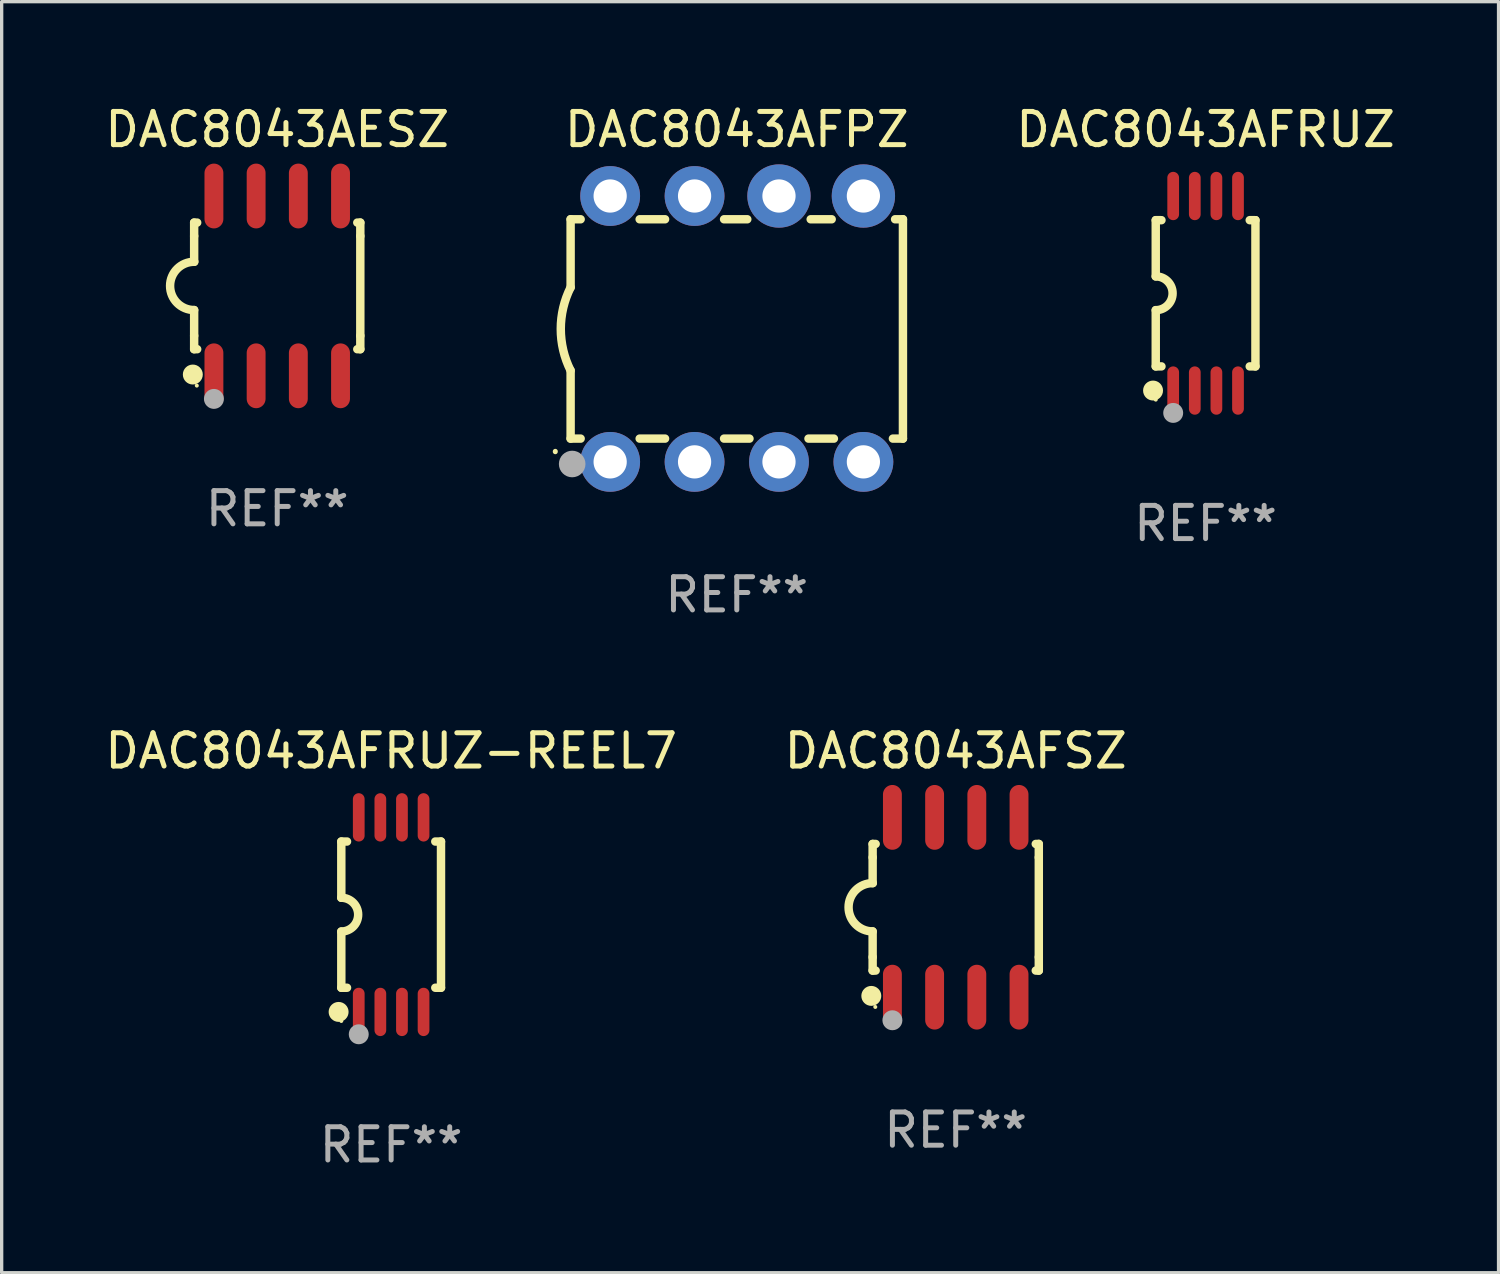
<source format=kicad_pcb>
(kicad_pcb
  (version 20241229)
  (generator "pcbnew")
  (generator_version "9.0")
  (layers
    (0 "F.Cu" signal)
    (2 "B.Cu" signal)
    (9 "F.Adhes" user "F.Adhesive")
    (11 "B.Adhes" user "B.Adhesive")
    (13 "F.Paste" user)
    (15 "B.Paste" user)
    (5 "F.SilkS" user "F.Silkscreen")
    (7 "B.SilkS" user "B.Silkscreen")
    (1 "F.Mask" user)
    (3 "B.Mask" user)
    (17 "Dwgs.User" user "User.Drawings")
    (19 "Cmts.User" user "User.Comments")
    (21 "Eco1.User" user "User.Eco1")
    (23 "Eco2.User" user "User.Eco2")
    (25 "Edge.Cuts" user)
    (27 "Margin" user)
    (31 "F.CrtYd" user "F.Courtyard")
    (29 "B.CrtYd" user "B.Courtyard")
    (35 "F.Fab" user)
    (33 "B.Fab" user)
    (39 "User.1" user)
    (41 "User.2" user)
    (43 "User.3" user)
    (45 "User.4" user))
  (footprint "DAC8043AFPZ"
    (layer "F.Cu")
    (at 19.12 6.848)
    (property "Reference" "DAC8043AFPZ" (at 0 -6 0) (layer "F.SilkS") (effects (font (size 1 1) (thickness 0.15))))
    (attr through_hole)
    (fp_line (start -5 -3.3) (end -5 -1.25) (stroke (width 0.254) (type solid)) (layer "F.SilkS"))
    (fp_line (start -5 -3.3) (end -4.698 -3.3) (stroke (width 0.254) (type solid)) (layer "F.SilkS"))
    (fp_line (start -5 3.3) (end -5 1.25) (stroke (width 0.254) (type solid)) (layer "F.SilkS"))
    (fp_line (start -5 3.3) (end -4.698 3.3) (stroke (width 0.254) (type solid)) (layer "F.SilkS"))
    (fp_line (start -2.922 -3.3) (end -2.158 -3.3) (stroke (width 0.254) (type solid)) (layer "F.SilkS"))
    (fp_line (start -2.922 3.3) (end -2.158 3.3) (stroke (width 0.254) (type solid)) (layer "F.SilkS"))
    (fp_line (start -0.382 -3.3) (end 0.316 -3.3) (stroke (width 0.254) (type solid)) (layer "F.SilkS"))
    (fp_line (start -0.382 3.3) (end 0.382 3.3) (stroke (width 0.254) (type solid)) (layer "F.SilkS"))
    (fp_line (start 2.158 3.3) (end 2.922 3.3) (stroke (width 0.254) (type solid)) (layer "F.SilkS"))
    (fp_line (start 2.224 -3.3) (end 2.856 -3.3) (stroke (width 0.254) (type solid)) (layer "F.SilkS"))
    (fp_line (start 4.698 3.3) (end 5 3.3) (stroke (width 0.254) (type solid)) (layer "F.SilkS"))
    (fp_line (start 4.764 -3.3) (end 5 -3.3) (stroke (width 0.254) (type solid)) (layer "F.SilkS"))
    (fp_line (start 5 -3.3) (end 5 3.3) (stroke (width 0.254) (type solid)) (layer "F.SilkS"))
    (fp_arc (start -5.46124 3.694259) (mid -5.461175 3.688632) (end -5.460986 3.683007) (stroke (width 0.149987) (type solid)) (layer "F.SilkS"))
    (fp_arc (start -5.00127 1.249682) (mid -5.295892 -0.000313) (end -5.000025 -1.250013) (stroke (width 0.254001) (type solid)) (layer "F.SilkS"))
    (fp_circle (center -4.795 4.237) (end -4.765 4.237) (stroke (width 0.06) (type solid)) (fill no) (layer "F.SilkS"))
    (fp_circle (center -4.953 4.064) (end -4.753 4.064) (stroke (width 0.4) (type solid)) (fill no) (layer "F.Fab"))
    (fp_text user "REF**" (at 0 8 0) (layer "F.Fab") (effects (font (size 1 1) (thickness 0.15))))
    (pad "1" thru_hole circle (at -3.81 4) (size 1.8 1.8) (drill 1) (layers "*.Cu" "*.Mask"))
    (pad "2" thru_hole circle (at -1.27 4) (size 1.8 1.8) (drill 1) (layers "*.Cu" "*.Mask"))
    (pad "3" thru_hole circle (at 1.27 4) (size 1.8 1.8) (drill 1) (layers "*.Cu" "*.Mask"))
    (pad "4" thru_hole circle (at 3.81 4) (size 1.8 1.8) (drill 1) (layers "*.Cu" "*.Mask"))
    (pad "5" thru_hole circle (at 3.81 -4) (size 1.905 1.905) (drill 1) (layers "*.Cu" "*.Mask"))
    (pad "6" thru_hole circle (at 1.27 -4) (size 1.905 1.905) (drill 1) (layers "*.Cu" "*.Mask"))
    (pad "7" thru_hole circle (at -1.27 -4) (size 1.8 1.8) (drill 1) (layers "*.Cu" "*.Mask"))
    (pad "8" thru_hole circle (at -3.81 -4) (size 1.8 1.8) (drill 1) (layers "*.Cu" "*.Mask")))
  (footprint "DAC8043AFRUZ"
    (layer "F.Cu")
    (at 33.227 5.775)
    (property "Reference" "DAC8043AFRUZ" (at 0 -4.927 0) (layer "F.SilkS") (effects (font (size 1 1) (thickness 0.15))))
    (attr through_hole)
    (fp_line (start -1.5 -2.2) (end -1.5 -0.508) (stroke (width 0.254) (type solid)) (layer "F.SilkS"))
    (fp_line (start -1.5 -2.2) (end -1.328 -2.2) (stroke (width 0.254) (type solid)) (layer "F.SilkS"))
    (fp_line (start -1.5 2.2) (end -1.5 0.508) (stroke (width 0.254) (type solid)) (layer "F.SilkS"))
    (fp_line (start -1.5 2.2) (end -1.328 2.2) (stroke (width 0.254) (type solid)) (layer "F.SilkS"))
    (fp_line (start 1.328 -2.2) (end 1.5 -2.2) (stroke (width 0.254) (type solid)) (layer "F.SilkS"))
    (fp_line (start 1.328 2.2) (end 1.5 2.2) (stroke (width 0.254) (type solid)) (layer "F.SilkS"))
    (fp_line (start 1.5 -2.2) (end 1.5 2.2) (stroke (width 0.254) (type solid)) (layer "F.SilkS"))
    (fp_arc (start -1.501144 -0.508) (mid -0.993143 -0.000571) (end -1.5 0.508001) (stroke (width 0.254001) (type solid)) (layer "F.SilkS"))
    (fp_circle (center -1.581 2.927) (end -1.431 2.927) (stroke (width 0.3) (type solid)) (fill no) (layer "F.SilkS"))
    (fp_circle (center -1.5 3.2) (end -1.47 3.2) (stroke (width 0.06) (type solid)) (fill no) (layer "F.SilkS"))
    (fp_circle (center -0.975 3.6) (end -0.825 3.6) (stroke (width 0.3) (type solid)) (fill no) (layer "F.Fab"))
    (fp_text user "REF**" (at 0 6.927 0) (layer "F.Fab") (effects (font (size 1 1) (thickness 0.15))))
    (pad "1" smd oval (at -0.975 2.927) (size 0.353 1.454) (layers "F.Cu" "F.Mask" "F.Paste"))
    (pad "2" smd oval (at -0.325 2.927) (size 0.353 1.454) (layers "F.Cu" "F.Mask" "F.Paste"))
    (pad "3" smd oval (at 0.325 2.927) (size 0.353 1.454) (layers "F.Cu" "F.Mask" "F.Paste"))
    (pad "4" smd oval (at 0.975 2.927) (size 0.353 1.454) (layers "F.Cu" "F.Mask" "F.Paste"))
    (pad "5" smd oval (at 0.975 -2.927) (size 0.353 1.454) (layers "F.Cu" "F.Mask" "F.Paste"))
    (pad "6" smd oval (at 0.325 -2.927) (size 0.353 1.454) (layers "F.Cu" "F.Mask" "F.Paste"))
    (pad "7" smd oval (at -0.325 -2.927) (size 0.353 1.454) (layers "F.Cu" "F.Mask" "F.Paste"))
    (pad "8" smd oval (at -0.975 -2.927) (size 0.353 1.454) (layers "F.Cu" "F.Mask" "F.Paste")))
  (footprint "DAC8043AFRUZ-REEL7"
    (layer "F.Cu")
    (at 8.72 24.472)
    (property "Reference" "DAC8043AFRUZ-REEL7" (at 0 -4.927 0) (layer "F.SilkS") (effects (font (size 1 1) (thickness 0.15))))
    (attr through_hole)
    (fp_line (start -1.5 -2.2) (end -1.5 -0.508) (stroke (width 0.254) (type solid)) (layer "F.SilkS"))
    (fp_line (start -1.5 -2.2) (end -1.328 -2.2) (stroke (width 0.254) (type solid)) (layer "F.SilkS"))
    (fp_line (start -1.5 2.2) (end -1.5 0.508) (stroke (width 0.254) (type solid)) (layer "F.SilkS"))
    (fp_line (start -1.5 2.2) (end -1.328 2.2) (stroke (width 0.254) (type solid)) (layer "F.SilkS"))
    (fp_line (start 1.328 -2.2) (end 1.5 -2.2) (stroke (width 0.254) (type solid)) (layer "F.SilkS"))
    (fp_line (start 1.328 2.2) (end 1.5 2.2) (stroke (width 0.254) (type solid)) (layer "F.SilkS"))
    (fp_line (start 1.5 -2.2) (end 1.5 2.2) (stroke (width 0.254) (type solid)) (layer "F.SilkS"))
    (fp_arc (start -1.501144 -0.508) (mid -0.993143 -0.000571) (end -1.5 0.508001) (stroke (width 0.254001) (type solid)) (layer "F.SilkS"))
    (fp_circle (center -1.581 2.927) (end -1.431 2.927) (stroke (width 0.3) (type solid)) (fill no) (layer "F.SilkS"))
    (fp_circle (center -1.5 3.2) (end -1.47 3.2) (stroke (width 0.06) (type solid)) (fill no) (layer "F.SilkS"))
    (fp_circle (center -0.975 3.6) (end -0.825 3.6) (stroke (width 0.3) (type solid)) (fill no) (layer "F.Fab"))
    (fp_text user "REF**" (at 0 6.927 0) (layer "F.Fab") (effects (font (size 1 1) (thickness 0.15))))
    (pad "1" smd oval (at -0.975 2.927) (size 0.353 1.454) (layers "F.Cu" "F.Mask" "F.Paste"))
    (pad "2" smd oval (at -0.325 2.927) (size 0.353 1.454) (layers "F.Cu" "F.Mask" "F.Paste"))
    (pad "3" smd oval (at 0.325 2.927) (size 0.353 1.454) (layers "F.Cu" "F.Mask" "F.Paste"))
    (pad "4" smd oval (at 0.975 2.927) (size 0.353 1.454) (layers "F.Cu" "F.Mask" "F.Paste"))
    (pad "5" smd oval (at 0.975 -2.927) (size 0.353 1.454) (layers "F.Cu" "F.Mask" "F.Paste"))
    (pad "6" smd oval (at 0.325 -2.927) (size 0.353 1.454) (layers "F.Cu" "F.Mask" "F.Paste"))
    (pad "7" smd oval (at -0.325 -2.927) (size 0.353 1.454) (layers "F.Cu" "F.Mask" "F.Paste"))
    (pad "8" smd oval (at -0.975 -2.927) (size 0.353 1.454) (layers "F.Cu" "F.Mask" "F.Paste")))
  (footprint "DAC8043AESZ"
    (layer "F.Cu")
    (at 5.292 5.553)
    (property "Reference" "DAC8043AESZ" (at 0 -4.705 0) (layer "F.SilkS") (effects (font (size 1 1) (thickness 0.15))))
    (attr through_hole)
    (fp_line (start -2.5 -1.905) (end -2.409 -1.905) (stroke (width 0.254) (type solid)) (layer "F.SilkS"))
    (fp_line (start -2.5 -1.5) (end -2.5 -1.905) (stroke (width 0.254) (type solid)) (layer "F.SilkS"))
    (fp_line (start -2.5 -1.5) (end -2.5 -0.726) (stroke (width 0.254) (type solid)) (layer "F.SilkS"))
    (fp_line (start -2.5 1.5) (end -2.5 0.727) (stroke (width 0.254) (type solid)) (layer "F.SilkS"))
    (fp_line (start -2.5 1.5) (end -2.5 1.905) (stroke (width 0.254) (type solid)) (layer "F.SilkS"))
    (fp_line (start -2.5 1.905) (end -2.409 1.905) (stroke (width 0.254) (type solid)) (layer "F.SilkS"))
    (fp_line (start 2.5 -1.905) (end 2.409 -1.905) (stroke (width 0.254) (type solid)) (layer "F.SilkS"))
    (fp_line (start 2.5 -1.5) (end 2.5 -1.905) (stroke (width 0.254) (type solid)) (layer "F.SilkS"))
    (fp_line (start 2.5 -1.5) (end 2.5 1.5) (stroke (width 0.254) (type solid)) (layer "F.SilkS"))
    (fp_line (start 2.5 1.5) (end 2.5 1.905) (stroke (width 0.254) (type solid)) (layer "F.SilkS"))
    (fp_line (start 2.5 1.905) (end 2.409 1.905) (stroke (width 0.254) (type solid)) (layer "F.SilkS"))
    (fp_arc (start -2.5 0.726568) (mid -3.220316 -0.0023) (end -2.495097 -0.726289) (stroke (width 0.254001) (type solid)) (layer "F.SilkS"))
    (fp_circle (center -2.54 2.667) (end -2.39 2.667) (stroke (width 0.3) (type solid)) (fill no) (layer "F.SilkS"))
    (fp_circle (center -2.42 3) (end -2.39 3) (stroke (width 0.06) (type solid)) (fill no) (layer "F.SilkS"))
    (fp_circle (center -1.905 3.4) (end -1.755 3.4) (stroke (width 0.3) (type solid)) (fill no) (layer "F.Fab"))
    (fp_text user "REF**" (at 0 6.705 0) (layer "F.Fab") (effects (font (size 1 1) (thickness 0.15))))
    (pad "1" smd oval (at -1.905 2.705) (size 0.568 1.95) (layers "F.Cu" "F.Mask" "F.Paste"))
    (pad "2" smd oval (at -0.635 2.705) (size 0.568 1.95) (layers "F.Cu" "F.Mask" "F.Paste"))
    (pad "3" smd oval (at 0.635 2.705) (size 0.568 1.95) (layers "F.Cu" "F.Mask" "F.Paste"))
    (pad "4" smd oval (at 1.905 2.705) (size 0.568 1.95) (layers "F.Cu" "F.Mask" "F.Paste"))
    (pad "5" smd oval (at 1.905 -2.705) (size 0.568 1.95) (layers "F.Cu" "F.Mask" "F.Paste"))
    (pad "6" smd oval (at 0.635 -2.705) (size 0.568 1.95) (layers "F.Cu" "F.Mask" "F.Paste"))
    (pad "7" smd oval (at -0.635 -2.705) (size 0.568 1.95) (layers "F.Cu" "F.Mask" "F.Paste"))
    (pad "8" smd oval (at -1.905 -2.705) (size 0.568 1.95) (layers "F.Cu" "F.Mask" "F.Paste")))
  (footprint "DAC8043AFSZ"
    (layer "F.Cu")
    (at 25.708 24.25)
    (property "Reference" "DAC8043AFSZ" (at 0 -4.705 0) (layer "F.SilkS") (effects (font (size 1 1) (thickness 0.15))))
    (attr through_hole)
    (fp_line (start -2.5 -1.905) (end -2.409 -1.905) (stroke (width 0.254) (type solid)) (layer "F.SilkS"))
    (fp_line (start -2.5 -1.5) (end -2.5 -1.905) (stroke (width 0.254) (type solid)) (layer "F.SilkS"))
    (fp_line (start -2.5 -1.5) (end -2.5 -0.726) (stroke (width 0.254) (type solid)) (layer "F.SilkS"))
    (fp_line (start -2.5 1.5) (end -2.5 0.727) (stroke (width 0.254) (type solid)) (layer "F.SilkS"))
    (fp_line (start -2.5 1.5) (end -2.5 1.905) (stroke (width 0.254) (type solid)) (layer "F.SilkS"))
    (fp_line (start -2.5 1.905) (end -2.409 1.905) (stroke (width 0.254) (type solid)) (layer "F.SilkS"))
    (fp_line (start 2.5 -1.905) (end 2.409 -1.905) (stroke (width 0.254) (type solid)) (layer "F.SilkS"))
    (fp_line (start 2.5 -1.5) (end 2.5 -1.905) (stroke (width 0.254) (type solid)) (layer "F.SilkS"))
    (fp_line (start 2.5 -1.5) (end 2.5 1.5) (stroke (width 0.254) (type solid)) (layer "F.SilkS"))
    (fp_line (start 2.5 1.5) (end 2.5 1.905) (stroke (width 0.254) (type solid)) (layer "F.SilkS"))
    (fp_line (start 2.5 1.905) (end 2.409 1.905) (stroke (width 0.254) (type solid)) (layer "F.SilkS"))
    (fp_arc (start -2.5 0.726568) (mid -3.220316 -0.0023) (end -2.495097 -0.726289) (stroke (width 0.254001) (type solid)) (layer "F.SilkS"))
    (fp_circle (center -2.54 2.667) (end -2.39 2.667) (stroke (width 0.3) (type solid)) (fill no) (layer "F.SilkS"))
    (fp_circle (center -2.42 3) (end -2.39 3) (stroke (width 0.06) (type solid)) (fill no) (layer "F.SilkS"))
    (fp_circle (center -1.905 3.4) (end -1.755 3.4) (stroke (width 0.3) (type solid)) (fill no) (layer "F.Fab"))
    (fp_text user "REF**" (at 0 6.705 0) (layer "F.Fab") (effects (font (size 1 1) (thickness 0.15))))
    (pad "1" smd oval (at -1.905 2.705) (size 0.568 1.95) (layers "F.Cu" "F.Mask" "F.Paste"))
    (pad "2" smd oval (at -0.635 2.705) (size 0.568 1.95) (layers "F.Cu" "F.Mask" "F.Paste"))
    (pad "3" smd oval (at 0.635 2.705) (size 0.568 1.95) (layers "F.Cu" "F.Mask" "F.Paste"))
    (pad "4" smd oval (at 1.905 2.705) (size 0.568 1.95) (layers "F.Cu" "F.Mask" "F.Paste"))
    (pad "5" smd oval (at 1.905 -2.705) (size 0.568 1.95) (layers "F.Cu" "F.Mask" "F.Paste"))
    (pad "6" smd oval (at 0.635 -2.705) (size 0.568 1.95) (layers "F.Cu" "F.Mask" "F.Paste"))
    (pad "7" smd oval (at -0.635 -2.705) (size 0.568 1.95) (layers "F.Cu" "F.Mask" "F.Paste"))
    (pad "8" smd oval (at -1.905 -2.705) (size 0.568 1.95) (layers "F.Cu" "F.Mask" "F.Paste")))
  (gr_rect
    (start -3 -3)
    (end 42.042 35.247)
    (stroke (width 0.1) (type default))
    (fill no)
    (layer "Edge.Cuts")))
</source>
